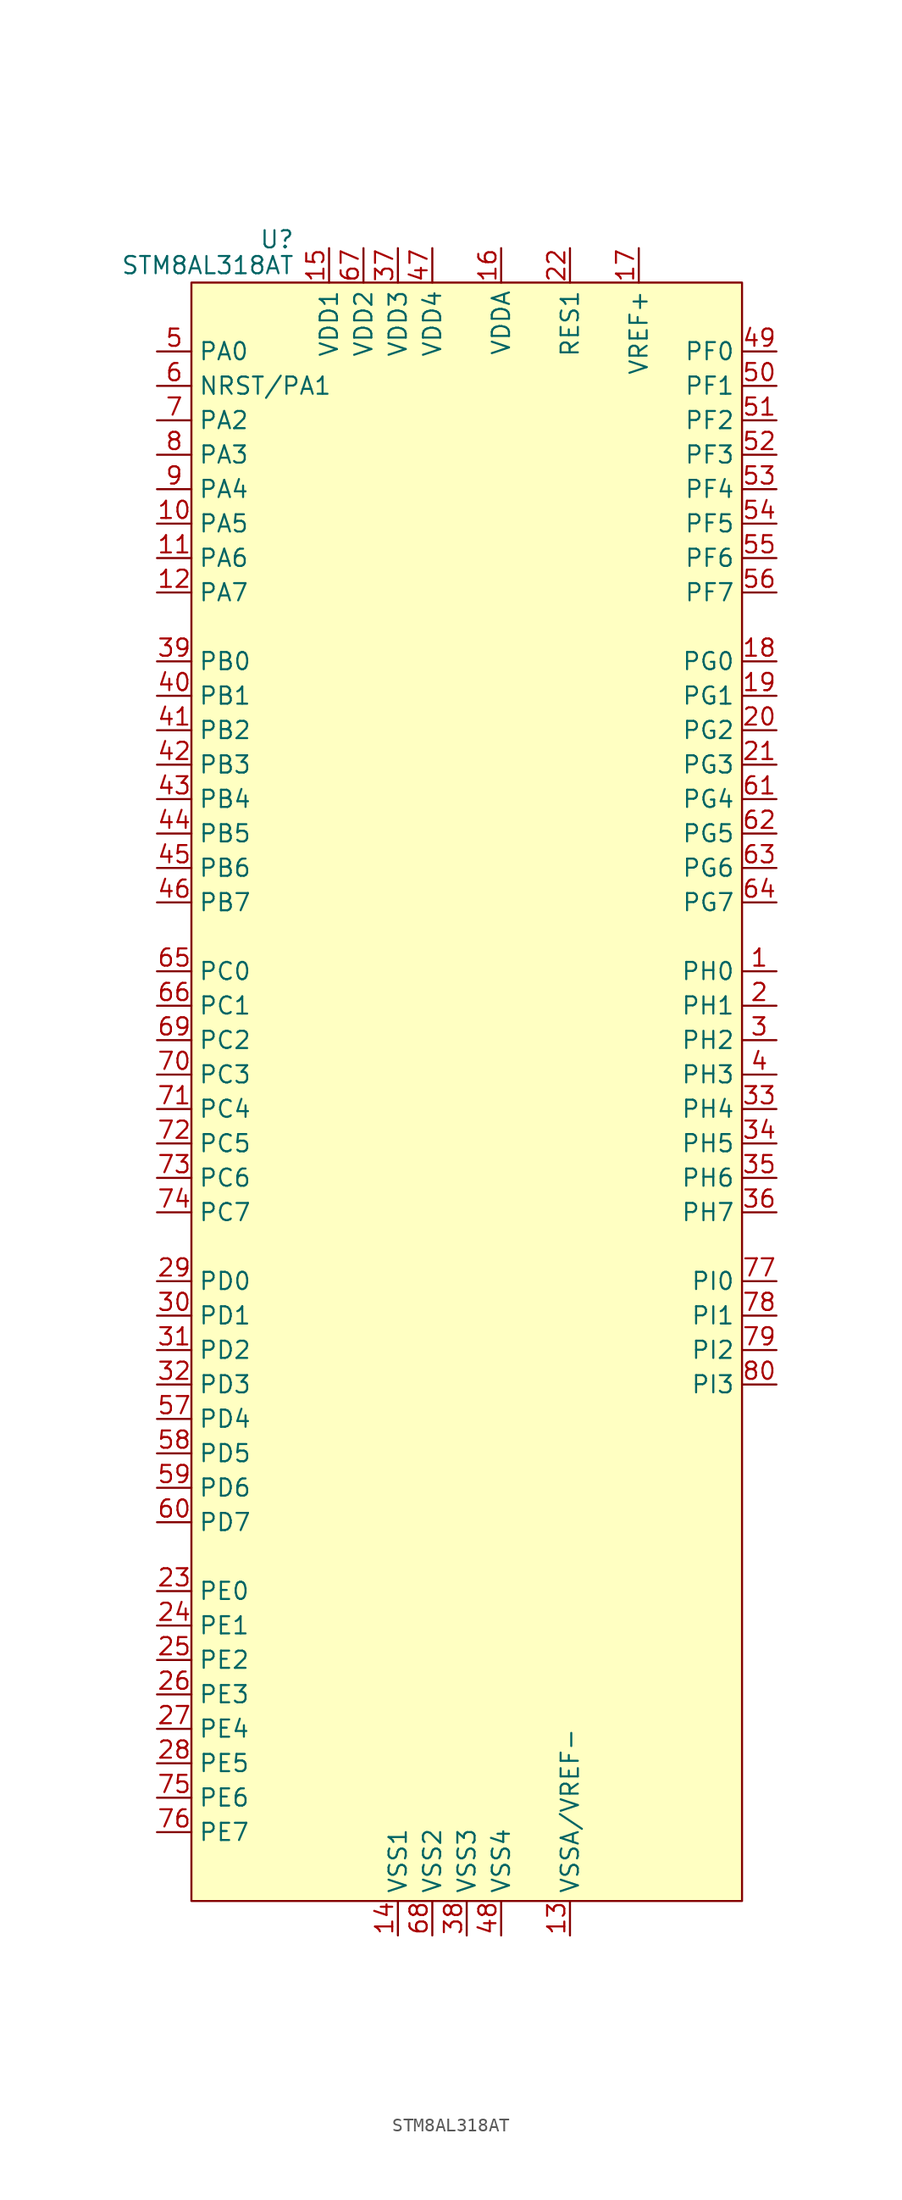
<source format=kicad_sym>
(kicad_symbol_lib
  (version 20211014)
  (generator kicad_symbol_editor)
  (symbol "STM8AL318AT"
    (property "Reference" "U"
      (at -12.7 61.595 0)
      (effects (font (size 1.27 1.27)) (justify right)))
    (property "Value" "STM8AL318AT"
      (at -12.7 59.69 0)
      (effects (font (size 1.27 1.27)) (justify right)))
    (symbol "STM8AL318AT_0_0"
      (pin bidirectional line (at 22.86 7.62 180) (length 2.54) (name "PH0" (effects (font (size 1.27 1.27)))) (number "1" (effects (font (size 1.27 1.27)))))
      (pin bidirectional line (at -22.86 40.64 0) (length 2.54) (name "PA5" (effects (font (size 1.27 1.27)))) (number "10" (effects (font (size 1.27 1.27)))))
      (pin bidirectional line (at -22.86 38.1 0) (length 2.54) (name "PA6" (effects (font (size 1.27 1.27)))) (number "11" (effects (font (size 1.27 1.27)))))
      (pin bidirectional line (at -22.86 35.56 0) (length 2.54) (name "PA7" (effects (font (size 1.27 1.27)))) (number "12" (effects (font (size 1.27 1.27)))))
      (pin power_in line (at 7.62 -63.5 90) (length 2.54) (name "VSSA/VREF-" (effects (font (size 1.27 1.27)))) (number "13" (effects (font (size 1.27 1.27)))))
      (pin power_in line (at -5.08 -63.5 90) (length 2.54) (name "VSS1" (effects (font (size 1.27 1.27)))) (number "14" (effects (font (size 1.27 1.27)))))
      (pin power_in line (at -10.16 60.96 270) (length 2.54) (name "VDD1" (effects (font (size 1.27 1.27)))) (number "15" (effects (font (size 1.27 1.27)))))
      (pin power_in line (at 2.54 60.96 270) (length 2.54) (name "VDDA" (effects (font (size 1.27 1.27)))) (number "16" (effects (font (size 1.27 1.27)))))
      (pin power_in line (at 12.7 60.96 270) (length 2.54) (name "VREF+" (effects (font (size 1.27 1.27)))) (number "17" (effects (font (size 1.27 1.27)))))
      (pin bidirectional line (at 22.86 30.48 180) (length 2.54) (name "PG0" (effects (font (size 1.27 1.27)))) (number "18" (effects (font (size 1.27 1.27)))))
      (pin bidirectional line (at 22.86 27.94 180) (length 2.54) (name "PG1" (effects (font (size 1.27 1.27)))) (number "19" (effects (font (size 1.27 1.27)))))
      (pin bidirectional line (at 22.86 5.08 180) (length 2.54) (name "PH1" (effects (font (size 1.27 1.27)))) (number "2" (effects (font (size 1.27 1.27)))))
      (pin bidirectional line (at 22.86 25.4 180) (length 2.54) (name "PG2" (effects (font (size 1.27 1.27)))) (number "20" (effects (font (size 1.27 1.27)))))
      (pin bidirectional line (at 22.86 22.86 180) (length 2.54) (name "PG3" (effects (font (size 1.27 1.27)))) (number "21" (effects (font (size 1.27 1.27)))))
      (pin power_in line (at 7.62 60.96 270) (length 2.54) (name "RES1" (effects (font (size 1.27 1.27)))) (number "22" (effects (font (size 1.27 1.27)))))
      (pin bidirectional line (at -22.86 -38.1 0) (length 2.54) (name "PE0" (effects (font (size 1.27 1.27)))) (number "23" (effects (font (size 1.27 1.27)))))
      (pin bidirectional line (at -22.86 -40.64 0) (length 2.54) (name "PE1" (effects (font (size 1.27 1.27)))) (number "24" (effects (font (size 1.27 1.27)))))
      (pin bidirectional line (at -22.86 -43.18 0) (length 2.54) (name "PE2" (effects (font (size 1.27 1.27)))) (number "25" (effects (font (size 1.27 1.27)))))
      (pin bidirectional line (at -22.86 -45.72 0) (length 2.54) (name "PE3" (effects (font (size 1.27 1.27)))) (number "26" (effects (font (size 1.27 1.27)))))
      (pin bidirectional line (at -22.86 -48.26 0) (length 2.54) (name "PE4" (effects (font (size 1.27 1.27)))) (number "27" (effects (font (size 1.27 1.27)))))
      (pin bidirectional line (at -22.86 -50.8 0) (length 2.54) (name "PE5" (effects (font (size 1.27 1.27)))) (number "28" (effects (font (size 1.27 1.27)))))
      (pin bidirectional line (at -22.86 -15.24 0) (length 2.54) (name "PD0" (effects (font (size 1.27 1.27)))) (number "29" (effects (font (size 1.27 1.27)))))
      (pin bidirectional line (at 22.86 2.54 180) (length 2.54) (name "PH2" (effects (font (size 1.27 1.27)))) (number "3" (effects (font (size 1.27 1.27)))))
      (pin bidirectional line (at -22.86 -17.78 0) (length 2.54) (name "PD1" (effects (font (size 1.27 1.27)))) (number "30" (effects (font (size 1.27 1.27)))))
      (pin bidirectional line (at -22.86 -20.32 0) (length 2.54) (name "PD2" (effects (font (size 1.27 1.27)))) (number "31" (effects (font (size 1.27 1.27)))))
      (pin bidirectional line (at -22.86 -22.86 0) (length 2.54) (name "PD3" (effects (font (size 1.27 1.27)))) (number "32" (effects (font (size 1.27 1.27)))))
      (pin bidirectional line (at 22.86 -2.54 180) (length 2.54) (name "PH4" (effects (font (size 1.27 1.27)))) (number "33" (effects (font (size 1.27 1.27)))))
      (pin bidirectional line (at 22.86 -5.08 180) (length 2.54) (name "PH5" (effects (font (size 1.27 1.27)))) (number "34" (effects (font (size 1.27 1.27)))))
      (pin bidirectional line (at 22.86 -7.62 180) (length 2.54) (name "PH6" (effects (font (size 1.27 1.27)))) (number "35" (effects (font (size 1.27 1.27)))))
      (pin bidirectional line (at 22.86 -10.16 180) (length 2.54) (name "PH7" (effects (font (size 1.27 1.27)))) (number "36" (effects (font (size 1.27 1.27)))))
      (pin power_in line (at -5.08 60.96 270) (length 2.54) (name "VDD3" (effects (font (size 1.27 1.27)))) (number "37" (effects (font (size 1.27 1.27)))))
      (pin power_in line (at 0 -63.5 90) (length 2.54) (name "VSS3" (effects (font (size 1.27 1.27)))) (number "38" (effects (font (size 1.27 1.27)))))
      (pin bidirectional line (at -22.86 30.48 0) (length 2.54) (name "PB0" (effects (font (size 1.27 1.27)))) (number "39" (effects (font (size 1.27 1.27)))))
      (pin bidirectional line (at 22.86 0 180) (length 2.54) (name "PH3" (effects (font (size 1.27 1.27)))) (number "4" (effects (font (size 1.27 1.27)))))
      (pin bidirectional line (at -22.86 27.94 0) (length 2.54) (name "PB1" (effects (font (size 1.27 1.27)))) (number "40" (effects (font (size 1.27 1.27)))))
      (pin bidirectional line (at -22.86 25.4 0) (length 2.54) (name "PB2" (effects (font (size 1.27 1.27)))) (number "41" (effects (font (size 1.27 1.27)))))
      (pin bidirectional line (at -22.86 22.86 0) (length 2.54) (name "PB3" (effects (font (size 1.27 1.27)))) (number "42" (effects (font (size 1.27 1.27)))))
      (pin bidirectional line (at -22.86 20.32 0) (length 2.54) (name "PB4" (effects (font (size 1.27 1.27)))) (number "43" (effects (font (size 1.27 1.27)))))
      (pin bidirectional line (at -22.86 17.78 0) (length 2.54) (name "PB5" (effects (font (size 1.27 1.27)))) (number "44" (effects (font (size 1.27 1.27)))))
      (pin bidirectional line (at -22.86 15.24 0) (length 2.54) (name "PB6" (effects (font (size 1.27 1.27)))) (number "45" (effects (font (size 1.27 1.27)))))
      (pin bidirectional line (at -22.86 12.7 0) (length 2.54) (name "PB7" (effects (font (size 1.27 1.27)))) (number "46" (effects (font (size 1.27 1.27)))))
      (pin power_in line (at -2.54 60.96 270) (length 2.54) (name "VDD4" (effects (font (size 1.27 1.27)))) (number "47" (effects (font (size 1.27 1.27)))))
      (pin power_in line (at 2.54 -63.5 90) (length 2.54) (name "VSS4" (effects (font (size 1.27 1.27)))) (number "48" (effects (font (size 1.27 1.27)))))
      (pin bidirectional line (at 22.86 53.34 180) (length 2.54) (name "PF0" (effects (font (size 1.27 1.27)))) (number "49" (effects (font (size 1.27 1.27)))))
      (pin bidirectional line (at -22.86 53.34 0) (length 2.54) (name "PA0" (effects (font (size 1.27 1.27)))) (number "5" (effects (font (size 1.27 1.27)))))
      (pin bidirectional line (at 22.86 50.8 180) (length 2.54) (name "PF1" (effects (font (size 1.27 1.27)))) (number "50" (effects (font (size 1.27 1.27)))))
      (pin bidirectional line (at 22.86 48.26 180) (length 2.54) (name "PF2" (effects (font (size 1.27 1.27)))) (number "51" (effects (font (size 1.27 1.27)))))
      (pin bidirectional line (at 22.86 45.72 180) (length 2.54) (name "PF3" (effects (font (size 1.27 1.27)))) (number "52" (effects (font (size 1.27 1.27)))))
      (pin bidirectional line (at 22.86 43.18 180) (length 2.54) (name "PF4" (effects (font (size 1.27 1.27)))) (number "53" (effects (font (size 1.27 1.27)))))
      (pin bidirectional line (at 22.86 40.64 180) (length 2.54) (name "PF5" (effects (font (size 1.27 1.27)))) (number "54" (effects (font (size 1.27 1.27)))))
      (pin bidirectional line (at 22.86 38.1 180) (length 2.54) (name "PF6" (effects (font (size 1.27 1.27)))) (number "55" (effects (font (size 1.27 1.27)))))
      (pin bidirectional line (at 22.86 35.56 180) (length 2.54) (name "PF7" (effects (font (size 1.27 1.27)))) (number "56" (effects (font (size 1.27 1.27)))))
      (pin bidirectional line (at -22.86 -25.4 0) (length 2.54) (name "PD4" (effects (font (size 1.27 1.27)))) (number "57" (effects (font (size 1.27 1.27)))))
      (pin bidirectional line (at -22.86 -27.94 0) (length 2.54) (name "PD5" (effects (font (size 1.27 1.27)))) (number "58" (effects (font (size 1.27 1.27)))))
      (pin bidirectional line (at -22.86 -30.48 0) (length 2.54) (name "PD6" (effects (font (size 1.27 1.27)))) (number "59" (effects (font (size 1.27 1.27)))))
      (pin bidirectional line (at -22.86 50.8 0) (length 2.54) (name "NRST/PA1" (effects (font (size 1.27 1.27)))) (number "6" (effects (font (size 1.27 1.27)))))
      (pin bidirectional line (at -22.86 -33.02 0) (length 2.54) (name "PD7" (effects (font (size 1.27 1.27)))) (number "60" (effects (font (size 1.27 1.27)))))
      (pin bidirectional line (at 22.86 20.32 180) (length 2.54) (name "PG4" (effects (font (size 1.27 1.27)))) (number "61" (effects (font (size 1.27 1.27)))))
      (pin bidirectional line (at 22.86 17.78 180) (length 2.54) (name "PG5" (effects (font (size 1.27 1.27)))) (number "62" (effects (font (size 1.27 1.27)))))
      (pin bidirectional line (at 22.86 15.24 180) (length 2.54) (name "PG6" (effects (font (size 1.27 1.27)))) (number "63" (effects (font (size 1.27 1.27)))))
      (pin bidirectional line (at 22.86 12.7 180) (length 2.54) (name "PG7" (effects (font (size 1.27 1.27)))) (number "64" (effects (font (size 1.27 1.27)))))
      (pin bidirectional line (at -22.86 7.62 0) (length 2.54) (name "PC0" (effects (font (size 1.27 1.27)))) (number "65" (effects (font (size 1.27 1.27)))))
      (pin bidirectional line (at -22.86 5.08 0) (length 2.54) (name "PC1" (effects (font (size 1.27 1.27)))) (number "66" (effects (font (size 1.27 1.27)))))
      (pin power_in line (at -7.62 60.96 270) (length 2.54) (name "VDD2" (effects (font (size 1.27 1.27)))) (number "67" (effects (font (size 1.27 1.27)))))
      (pin power_in line (at -2.54 -63.5 90) (length 2.54) (name "VSS2" (effects (font (size 1.27 1.27)))) (number "68" (effects (font (size 1.27 1.27)))))
      (pin bidirectional line (at -22.86 2.54 0) (length 2.54) (name "PC2" (effects (font (size 1.27 1.27)))) (number "69" (effects (font (size 1.27 1.27)))))
      (pin bidirectional line (at -22.86 48.26 0) (length 2.54) (name "PA2" (effects (font (size 1.27 1.27)))) (number "7" (effects (font (size 1.27 1.27)))))
      (pin bidirectional line (at -22.86 0 0) (length 2.54) (name "PC3" (effects (font (size 1.27 1.27)))) (number "70" (effects (font (size 1.27 1.27)))))
      (pin bidirectional line (at -22.86 -2.54 0) (length 2.54) (name "PC4" (effects (font (size 1.27 1.27)))) (number "71" (effects (font (size 1.27 1.27)))))
      (pin bidirectional line (at -22.86 -5.08 0) (length 2.54) (name "PC5" (effects (font (size 1.27 1.27)))) (number "72" (effects (font (size 1.27 1.27)))))
      (pin bidirectional line (at -22.86 -7.62 0) (length 2.54) (name "PC6" (effects (font (size 1.27 1.27)))) (number "73" (effects (font (size 1.27 1.27)))))
      (pin bidirectional line (at -22.86 -10.16 0) (length 2.54) (name "PC7" (effects (font (size 1.27 1.27)))) (number "74" (effects (font (size 1.27 1.27)))))
      (pin bidirectional line (at -22.86 -53.34 0) (length 2.54) (name "PE6" (effects (font (size 1.27 1.27)))) (number "75" (effects (font (size 1.27 1.27)))))
      (pin bidirectional line (at -22.86 -55.88 0) (length 2.54) (name "PE7" (effects (font (size 1.27 1.27)))) (number "76" (effects (font (size 1.27 1.27)))))
      (pin bidirectional line (at 22.86 -15.24 180) (length 2.54) (name "PI0" (effects (font (size 1.27 1.27)))) (number "77" (effects (font (size 1.27 1.27)))))
      (pin bidirectional line (at 22.86 -17.78 180) (length 2.54) (name "PI1" (effects (font (size 1.27 1.27)))) (number "78" (effects (font (size 1.27 1.27)))))
      (pin bidirectional line (at 22.86 -20.32 180) (length 2.54) (name "PI2" (effects (font (size 1.27 1.27)))) (number "79" (effects (font (size 1.27 1.27)))))
      (pin bidirectional line (at -22.86 45.72 0) (length 2.54) (name "PA3" (effects (font (size 1.27 1.27)))) (number "8" (effects (font (size 1.27 1.27)))))
      (pin bidirectional line (at 22.86 -22.86 180) (length 2.54) (name "PI3" (effects (font (size 1.27 1.27)))) (number "80" (effects (font (size 1.27 1.27)))))
      (pin bidirectional line (at -22.86 43.18 0) (length 2.54) (name "PA4" (effects (font (size 1.27 1.27)))) (number "9" (effects (font (size 1.27 1.27))))))
    (symbol "STM8AL318AT_0_1"
      (rectangle (start -20.32 58.42) (end 20.32 -60.96) (stroke (width 0) (type default) (color 0 0 0 0)) (fill (type background))))))
</source>
